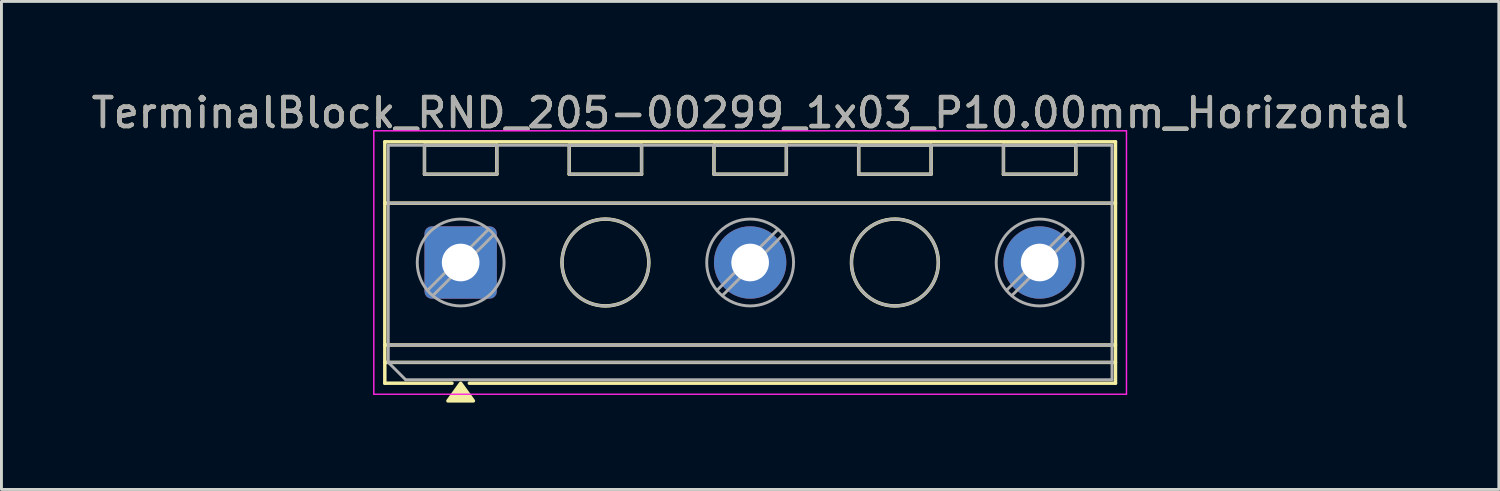
<source format=kicad_pcb>
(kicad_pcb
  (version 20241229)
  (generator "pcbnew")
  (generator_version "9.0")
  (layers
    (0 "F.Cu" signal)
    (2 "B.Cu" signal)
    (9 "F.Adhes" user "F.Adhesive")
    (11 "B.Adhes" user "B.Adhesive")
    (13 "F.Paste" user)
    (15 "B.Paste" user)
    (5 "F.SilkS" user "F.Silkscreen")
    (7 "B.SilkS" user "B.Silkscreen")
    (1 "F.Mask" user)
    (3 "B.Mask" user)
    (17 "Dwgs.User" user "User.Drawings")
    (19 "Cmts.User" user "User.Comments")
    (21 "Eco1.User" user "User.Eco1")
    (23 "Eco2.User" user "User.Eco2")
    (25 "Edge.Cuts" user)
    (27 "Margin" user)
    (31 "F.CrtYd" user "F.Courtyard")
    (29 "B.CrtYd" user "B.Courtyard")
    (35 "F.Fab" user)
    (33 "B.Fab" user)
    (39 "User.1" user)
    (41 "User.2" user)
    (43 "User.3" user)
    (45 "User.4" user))
  (footprint "TerminalBlock_RND_205-00299_1x03_P10.00mm_Horizontal"
    (layer "F.Cu")
    (at 12.863 6.018)
    (property "Reference" "TerminalBlock_RND_205-00299_1x03_P10.00mm_Horizontal" (at 10 -5.17 0) (layer "F.SilkS") (effects (font (size 1 1) (thickness 0.15))))
    (attr through_hole)
    (fp_line (start -2.62 -4.17) (end 22.62 -4.17) (stroke (width 0.12) (type solid)) (layer "F.SilkS"))
    (fp_line (start -2.62 -2.05) (end 22.62 -2.05) (stroke (width 0.12) (type solid)) (layer "F.SilkS"))
    (fp_line (start -2.62 2.85) (end 22.62 2.85) (stroke (width 0.12) (type solid)) (layer "F.SilkS"))
    (fp_line (start -2.62 3.45) (end 22.62 3.45) (stroke (width 0.12) (type solid)) (layer "F.SilkS"))
    (fp_line (start -2.62 4.17) (end -2.62 -4.17) (stroke (width 0.12) (type solid)) (layer "F.SilkS"))
    (fp_line (start -1.25 -4.05) (end 1.25 -4.05) (stroke (width 0.12) (type solid)) (layer "F.SilkS"))
    (fp_line (start -1.25 -3.05) (end -1.25 -4.05) (stroke (width 0.12) (type solid)) (layer "F.SilkS"))
    (fp_line (start -0.3 4.17) (end -2.62 4.17) (stroke (width 0.12) (type solid)) (layer "F.SilkS"))
    (fp_line (start 1.25 -4.05) (end 1.25 -3.05) (stroke (width 0.12) (type solid)) (layer "F.SilkS"))
    (fp_line (start 1.25 -3.05) (end -1.25 -3.05) (stroke (width 0.12) (type solid)) (layer "F.SilkS"))
    (fp_line (start 3.75 -4.05) (end 6.25 -4.05) (stroke (width 0.12) (type solid)) (layer "F.SilkS"))
    (fp_line (start 3.75 -3.05) (end 3.75 -4.05) (stroke (width 0.12) (type solid)) (layer "F.SilkS"))
    (fp_line (start 6.25 -4.05) (end 6.25 -3.05) (stroke (width 0.12) (type solid)) (layer "F.SilkS"))
    (fp_line (start 6.25 -3.05) (end 3.75 -3.05) (stroke (width 0.12) (type solid)) (layer "F.SilkS"))
    (fp_line (start 8.75 -4.05) (end 11.25 -4.05) (stroke (width 0.12) (type solid)) (layer "F.SilkS"))
    (fp_line (start 8.75 -3.05) (end 8.75 -4.05) (stroke (width 0.12) (type solid)) (layer "F.SilkS"))
    (fp_line (start 11.25 -4.05) (end 11.25 -3.05) (stroke (width 0.12) (type solid)) (layer "F.SilkS"))
    (fp_line (start 11.25 -3.05) (end 8.75 -3.05) (stroke (width 0.12) (type solid)) (layer "F.SilkS"))
    (fp_line (start 13.75 -4.05) (end 16.25 -4.05) (stroke (width 0.12) (type solid)) (layer "F.SilkS"))
    (fp_line (start 13.75 -3.05) (end 13.75 -4.05) (stroke (width 0.12) (type solid)) (layer "F.SilkS"))
    (fp_line (start 16.25 -4.05) (end 16.25 -3.05) (stroke (width 0.12) (type solid)) (layer "F.SilkS"))
    (fp_line (start 16.25 -3.05) (end 13.75 -3.05) (stroke (width 0.12) (type solid)) (layer "F.SilkS"))
    (fp_line (start 18.75 -4.05) (end 21.25 -4.05) (stroke (width 0.12) (type solid)) (layer "F.SilkS"))
    (fp_line (start 18.75 -3.05) (end 18.75 -4.05) (stroke (width 0.12) (type solid)) (layer "F.SilkS"))
    (fp_line (start 21.25 -4.05) (end 21.25 -3.05) (stroke (width 0.12) (type solid)) (layer "F.SilkS"))
    (fp_line (start 21.25 -3.05) (end 18.75 -3.05) (stroke (width 0.12) (type solid)) (layer "F.SilkS"))
    (fp_line (start 22.62 -4.17) (end 22.62 4.17) (stroke (width 0.12) (type solid)) (layer "F.SilkS"))
    (fp_line (start 22.62 4.17) (end 0.3 4.17) (stroke (width 0.12) (type solid)) (layer "F.SilkS"))
    (fp_circle (center 5 0) (end 6.5 0) (stroke (width 0.12) (type solid)) (fill no) (layer "F.SilkS"))
    (fp_circle (center 15 0) (end 16.5 0) (stroke (width 0.12) (type solid)) (fill no) (layer "F.SilkS"))
    (fp_poly (pts (xy 0 4.17) (xy 0.44 4.78) (xy -0.44 4.78)) (stroke (width 0.12) (type solid)) (fill yes) (layer "F.SilkS"))
    (fp_line (start -3 -4.55) (end -3 4.55) (stroke (width 0.05) (type solid)) (layer "F.CrtYd"))
    (fp_line (start -3 4.55) (end 23 4.55) (stroke (width 0.05) (type solid)) (layer "F.CrtYd"))
    (fp_line (start 23 -4.55) (end -3 -4.55) (stroke (width 0.05) (type solid)) (layer "F.CrtYd"))
    (fp_line (start 23 4.55) (end 23 -4.55) (stroke (width 0.05) (type solid)) (layer "F.CrtYd"))
    (fp_line (start -2.5 -4.05) (end 22.5 -4.05) (stroke (width 0.1) (type solid)) (layer "F.Fab"))
    (fp_line (start -2.5 -2.05) (end 22.5 -2.05) (stroke (width 0.1) (type solid)) (layer "F.Fab"))
    (fp_line (start -2.5 2.85) (end 22.5 2.85) (stroke (width 0.1) (type solid)) (layer "F.Fab"))
    (fp_line (start -2.5 3.45) (end -2.5 -4.05) (stroke (width 0.1) (type solid)) (layer "F.Fab"))
    (fp_line (start -2.5 3.45) (end 22.5 3.45) (stroke (width 0.1) (type solid)) (layer "F.Fab"))
    (fp_line (start -1.9 4.05) (end -2.5 3.45) (stroke (width 0.1) (type solid)) (layer "F.Fab"))
    (fp_line (start -1.25 -4.05) (end -1.25 -3.05) (stroke (width 0.1) (type solid)) (layer "F.Fab"))
    (fp_line (start -1.25 -3.05) (end 1.25 -3.05) (stroke (width 0.1) (type solid)) (layer "F.Fab"))
    (fp_line (start 0.955 -1.138) (end -1.138 0.955) (stroke (width 0.1) (type solid)) (layer "F.Fab"))
    (fp_line (start 1.138 -0.955) (end -0.955 1.138) (stroke (width 0.1) (type solid)) (layer "F.Fab"))
    (fp_line (start 1.25 -4.05) (end -1.25 -4.05) (stroke (width 0.1) (type solid)) (layer "F.Fab"))
    (fp_line (start 1.25 -3.05) (end 1.25 -4.05) (stroke (width 0.1) (type solid)) (layer "F.Fab"))
    (fp_line (start 3.75 -4.05) (end 3.75 -3.05) (stroke (width 0.1) (type solid)) (layer "F.Fab"))
    (fp_line (start 3.75 -3.05) (end 6.25 -3.05) (stroke (width 0.1) (type solid)) (layer "F.Fab"))
    (fp_line (start 6.25 -4.05) (end 3.75 -4.05) (stroke (width 0.1) (type solid)) (layer "F.Fab"))
    (fp_line (start 6.25 -3.05) (end 6.25 -4.05) (stroke (width 0.1) (type solid)) (layer "F.Fab"))
    (fp_line (start 8.75 -4.05) (end 8.75 -3.05) (stroke (width 0.1) (type solid)) (layer "F.Fab"))
    (fp_line (start 8.75 -3.05) (end 11.25 -3.05) (stroke (width 0.1) (type solid)) (layer "F.Fab"))
    (fp_line (start 10.955 -1.138) (end 8.862 0.955) (stroke (width 0.1) (type solid)) (layer "F.Fab"))
    (fp_line (start 11.138 -0.955) (end 9.045 1.138) (stroke (width 0.1) (type solid)) (layer "F.Fab"))
    (fp_line (start 11.25 -4.05) (end 8.75 -4.05) (stroke (width 0.1) (type solid)) (layer "F.Fab"))
    (fp_line (start 11.25 -3.05) (end 11.25 -4.05) (stroke (width 0.1) (type solid)) (layer "F.Fab"))
    (fp_line (start 13.75 -4.05) (end 13.75 -3.05) (stroke (width 0.1) (type solid)) (layer "F.Fab"))
    (fp_line (start 13.75 -3.05) (end 16.25 -3.05) (stroke (width 0.1) (type solid)) (layer "F.Fab"))
    (fp_line (start 16.25 -4.05) (end 13.75 -4.05) (stroke (width 0.1) (type solid)) (layer "F.Fab"))
    (fp_line (start 16.25 -3.05) (end 16.25 -4.05) (stroke (width 0.1) (type solid)) (layer "F.Fab"))
    (fp_line (start 18.75 -4.05) (end 18.75 -3.05) (stroke (width 0.1) (type solid)) (layer "F.Fab"))
    (fp_line (start 18.75 -3.05) (end 21.25 -3.05) (stroke (width 0.1) (type solid)) (layer "F.Fab"))
    (fp_line (start 20.955 -1.138) (end 18.862 0.955) (stroke (width 0.1) (type solid)) (layer "F.Fab"))
    (fp_line (start 21.138 -0.955) (end 19.045 1.138) (stroke (width 0.1) (type solid)) (layer "F.Fab"))
    (fp_line (start 21.25 -4.05) (end 18.75 -4.05) (stroke (width 0.1) (type solid)) (layer "F.Fab"))
    (fp_line (start 21.25 -3.05) (end 21.25 -4.05) (stroke (width 0.1) (type solid)) (layer "F.Fab"))
    (fp_line (start 22.5 -4.05) (end 22.5 4.05) (stroke (width 0.1) (type solid)) (layer "F.Fab"))
    (fp_line (start 22.5 4.05) (end -1.9 4.05) (stroke (width 0.1) (type solid)) (layer "F.Fab"))
    (fp_circle (center 0 0) (end 1.5 0) (stroke (width 0.1) (type solid)) (fill no) (layer "F.Fab"))
    (fp_circle (center 5 0) (end 6.5 0) (stroke (width 0.1) (type solid)) (fill no) (layer "F.Fab"))
    (fp_circle (center 10 0) (end 11.5 0) (stroke (width 0.1) (type solid)) (fill no) (layer "F.Fab"))
    (fp_circle (center 15 0) (end 16.5 0) (stroke (width 0.1) (type solid)) (fill no) (layer "F.Fab"))
    (fp_circle (center 20 0) (end 21.5 0) (stroke (width 0.1) (type solid)) (fill no) (layer "F.Fab"))
    (fp_text user "${REFERENCE}" (at 10 -5.17 0) (layer "F.Fab") (effects (font (size 1 1) (thickness 0.15))))
    (pad "1" thru_hole roundrect (at 0 0) (size 2.5 2.5) (drill 1.3) (layers "*.Cu" "*.Mask") (roundrect_rratio 0.1))
    (pad "2" thru_hole circle (at 10 0) (size 2.5 2.5) (drill 1.3) (layers "*.Cu" "*.Mask"))
    (pad "3" thru_hole circle (at 20 0) (size 2.5 2.5) (drill 1.3) (layers "*.Cu" "*.Mask")))
  (gr_rect
    (start -3 -3)
    (end 48.726 13.858)
    (stroke (width 0.1) (type default))
    (fill no)
    (layer "Edge.Cuts")))
</source>
